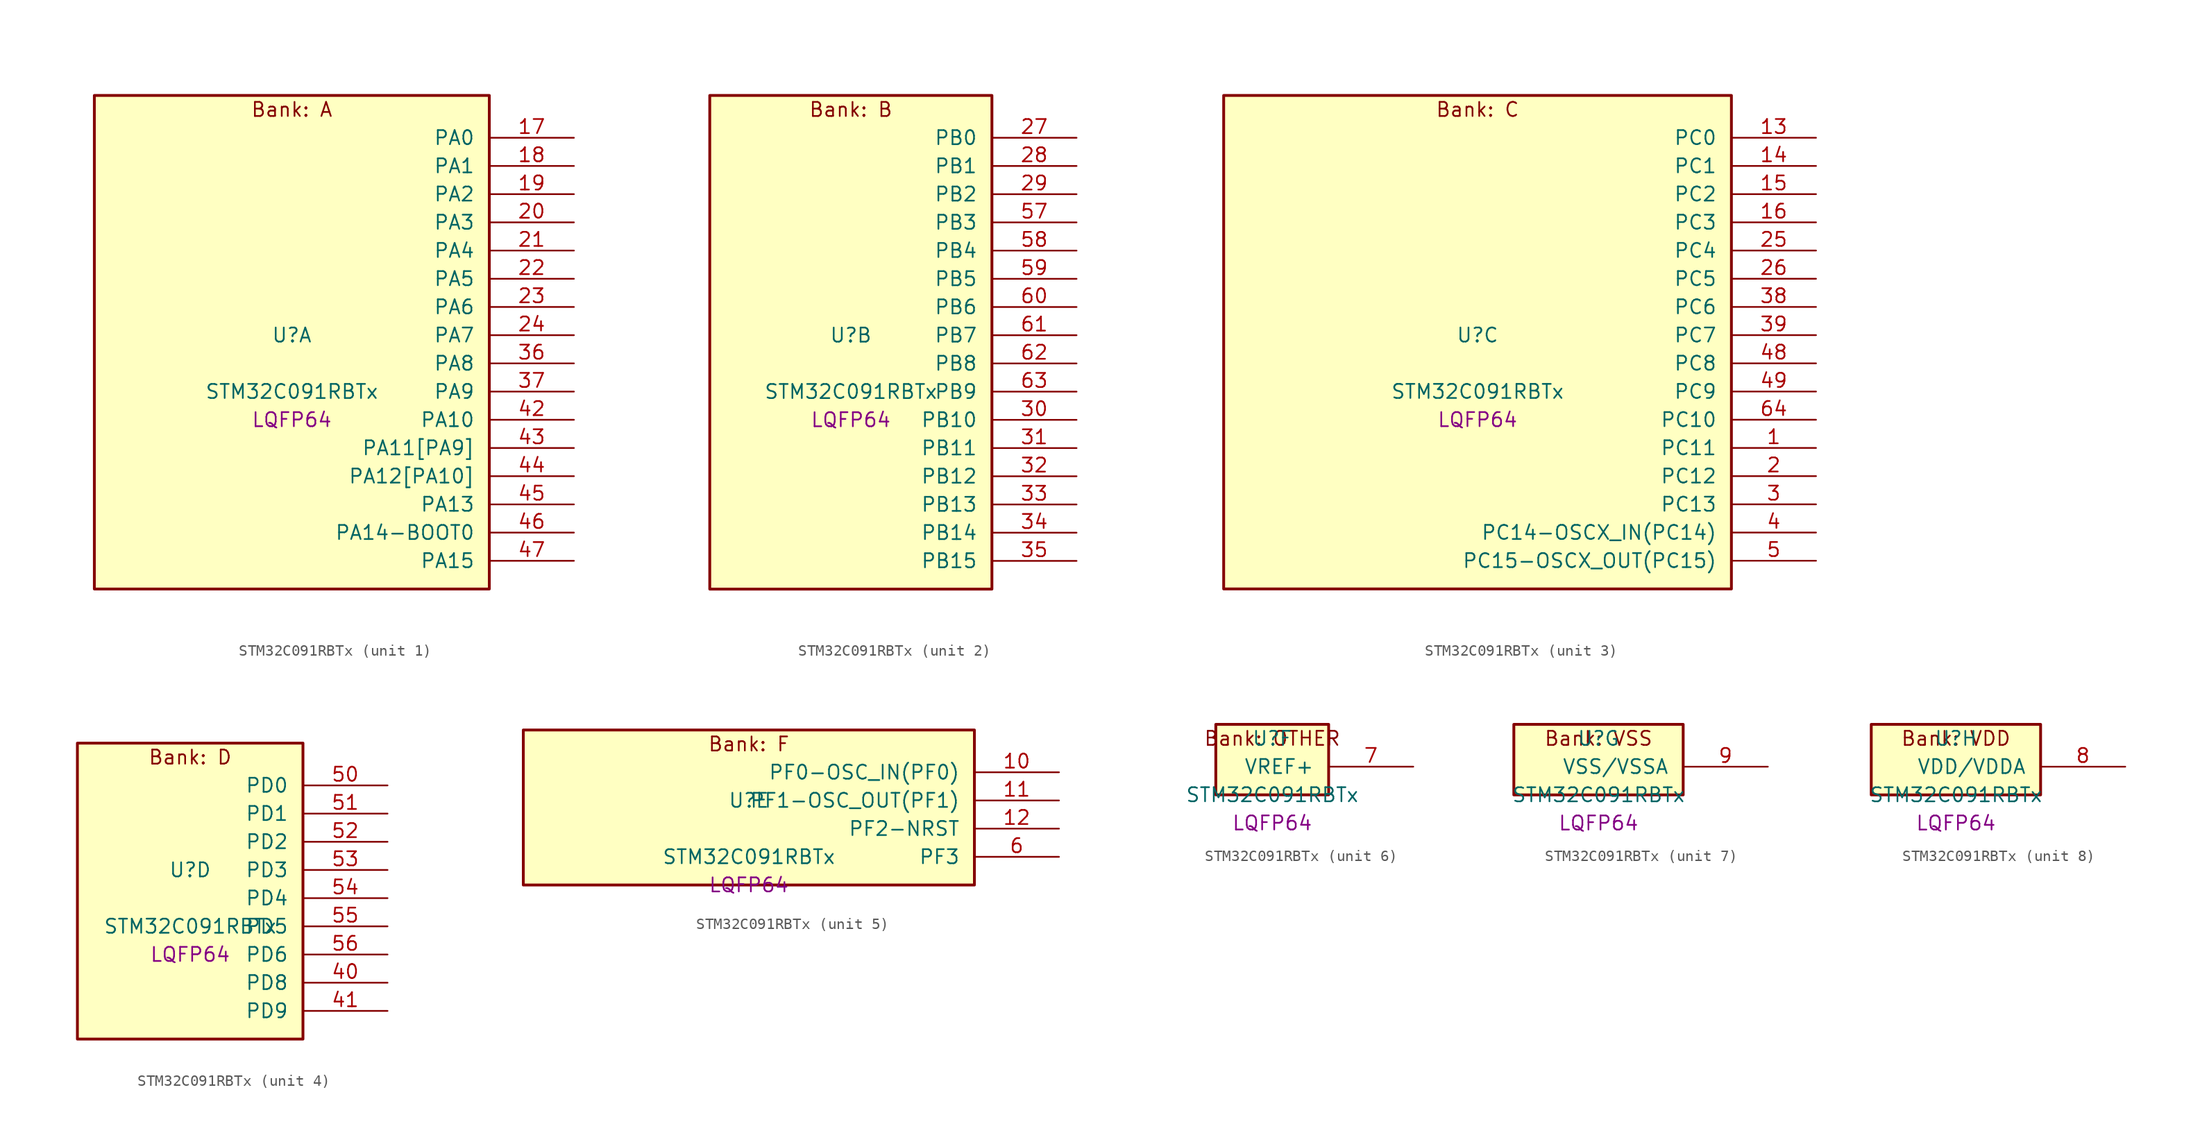
<source format=kicad_sym>
(kicad_symbol_lib
  (version 20241209)
  (generator "stm32_pkl_generator")
  (generator_version "1.0")
  (symbol "STM32C091RBTx"
    (pin_names
      (offset 1.27))
    (property "Reference" "U"
      (at 0 2.54 0))
    (property "Value" "STM32C091RBTx"
      (at 0 -2.54 0))
    (property "Footprint" "LQFP64"
      (at 0 -5.08 0))
    (symbol "STM32C091RBTx_1_1"
      (rectangle (start -17.78 24.13) (end 17.78 -20.32) (stroke (width 0.254) (type solid)) (fill (type background)))
      (text "Bank: A" (at 0 22.86 0))
      (pin bidirectional line (at 25.4 20.32 180) (length 7.62) (name "PA0") (number "17") (alternate "PA0/ADC1_IN0" bidirectional line) (alternate "PA0/PWR_WKUP1" bidirectional line) (alternate "PA0/SPI2_SCK" bidirectional line) (alternate "PA0/TIM16_CH1" bidirectional line) (alternate "PA0/TIM1_CH1" bidirectional line) (alternate "PA0/TIM2_CH1" bidirectional line) (alternate "PA0/TIM2_ETR" bidirectional line) (alternate "PA0/USART1_TX" bidirectional line) (alternate "PA0/USART2_CTS" bidirectional line) (alternate "PA0/USART2_NSS" bidirectional line) (alternate "PA0/USART4_TX" bidirectional line))
      (pin bidirectional line (at 25.4 17.78 180) (length 7.62) (name "PA1") (number "18") (alternate "PA1/ADC1_IN1" bidirectional line) (alternate "PA1/I2C1_SMBA" bidirectional line) (alternate "PA1/I2S1_CK" bidirectional line) (alternate "PA1/SPI1_SCK" bidirectional line) (alternate "PA1/TIM15_CH1N" bidirectional line) (alternate "PA1/TIM17_CH1" bidirectional line) (alternate "PA1/TIM1_CH2" bidirectional line) (alternate "PA1/TIM2_CH2" bidirectional line) (alternate "PA1/USART1_RX" bidirectional line) (alternate "PA1/USART2_CK" bidirectional line) (alternate "PA1/USART2_DE" bidirectional line) (alternate "PA1/USART2_RTS" bidirectional line) (alternate "PA1/USART4_RX" bidirectional line))
      (pin bidirectional line (at 25.4 15.24 180) (length 7.62) (name "PA2") (number "19") (alternate "PA2/ADC1_IN2" bidirectional line) (alternate "PA2/I2S1_SD" bidirectional line) (alternate "PA2/PWR_WKUP4" bidirectional line) (alternate "PA2/RCC_LSCO" bidirectional line) (alternate "PA2/SPI1_MOSI" bidirectional line) (alternate "PA2/TIM15_CH1" bidirectional line) (alternate "PA2/TIM16_CH1N" bidirectional line) (alternate "PA2/TIM1_CH3" bidirectional line) (alternate "PA2/TIM2_CH3" bidirectional line) (alternate "PA2/TIM3_ETR" bidirectional line) (alternate "PA2/USART2_TX" bidirectional line))
      (pin bidirectional line (at 25.4 12.7 180) (length 7.62) (name "PA3") (number "20") (alternate "PA3/ADC1_IN3" bidirectional line) (alternate "PA3/SPI2_MISO" bidirectional line) (alternate "PA3/TIM15_CH2" bidirectional line) (alternate "PA3/TIM1_CH1N" bidirectional line) (alternate "PA3/TIM1_CH4" bidirectional line) (alternate "PA3/TIM2_CH4" bidirectional line) (alternate "PA3/USART2_RX" bidirectional line))
      (pin bidirectional line (at 25.4 10.16 180) (length 7.62) (name "PA4") (number "21") (alternate "PA4/ADC1_IN4" bidirectional line) (alternate "PA4/I2S1_WS" bidirectional line) (alternate "PA4/RTC_OUT2" bidirectional line) (alternate "PA4/SPI1_NSS" bidirectional line) (alternate "PA4/SPI2_MOSI" bidirectional line) (alternate "PA4/TIM14_CH1" bidirectional line) (alternate "PA4/TIM17_CH1N" bidirectional line) (alternate "PA4/TIM1_CH2N" bidirectional line) (alternate "PA4/USART2_TX" bidirectional line))
      (pin bidirectional line (at 25.4 7.62 180) (length 7.62) (name "PA5") (number "22") (alternate "PA5/ADC1_IN5" bidirectional line) (alternate "PA5/I2S1_CK" bidirectional line) (alternate "PA5/SPI1_SCK" bidirectional line) (alternate "PA5/TIM1_CH1" bidirectional line) (alternate "PA5/TIM1_CH3N" bidirectional line) (alternate "PA5/TIM2_CH1" bidirectional line) (alternate "PA5/TIM2_ETR" bidirectional line) (alternate "PA5/USART2_RX" bidirectional line) (alternate "PA5/USART3_TX" bidirectional line))
      (pin bidirectional line (at 25.4 5.08 180) (length 7.62) (name "PA6") (number "23") (alternate "PA6/ADC1_IN6" bidirectional line) (alternate "PA6/I2C2_SDA" bidirectional line) (alternate "PA6/I2S1_MCK" bidirectional line) (alternate "PA6/SPI1_MISO" bidirectional line) (alternate "PA6/TIM16_CH1" bidirectional line) (alternate "PA6/TIM1_BKIN" bidirectional line) (alternate "PA6/TIM3_CH1" bidirectional line) (alternate "PA6/USART3_CTS" bidirectional line) (alternate "PA6/USART3_NSS" bidirectional line))
      (pin bidirectional line (at 25.4 2.54 180) (length 7.62) (name "PA7") (number "24") (alternate "PA7/ADC1_IN7" bidirectional line) (alternate "PA7/I2C2_SCL" bidirectional line) (alternate "PA7/I2S1_SD" bidirectional line) (alternate "PA7/SPI1_MOSI" bidirectional line) (alternate "PA7/TIM14_CH1" bidirectional line) (alternate "PA7/TIM17_CH1" bidirectional line) (alternate "PA7/TIM1_CH1N" bidirectional line) (alternate "PA7/TIM3_CH2" bidirectional line))
      (pin bidirectional line (at 25.4 0 180) (length 7.62) (name "PA8") (number "36") (alternate "PA8/ADC1_IN8" bidirectional line) (alternate "PA8/I2S1_WS" bidirectional line) (alternate "PA8/RCC_MCO" bidirectional line) (alternate "PA8/RCC_MCO_2" bidirectional line) (alternate "PA8/SPI1_NSS" bidirectional line) (alternate "PA8/SPI2_MISO" bidirectional line) (alternate "PA8/SPI2_NSS" bidirectional line) (alternate "PA8/TIM14_CH1" bidirectional line) (alternate "PA8/TIM1_CH1" bidirectional line) (alternate "PA8/TIM1_CH2N" bidirectional line) (alternate "PA8/TIM1_CH3N" bidirectional line) (alternate "PA8/TIM3_CH3" bidirectional line) (alternate "PA8/TIM3_CH4" bidirectional line) (alternate "PA8/USART1_RX" bidirectional line) (alternate "PA8/USART2_TX" bidirectional line))
      (pin bidirectional line (at 25.4 -2.54 180) (length 7.62) (name "PA9") (number "37") (alternate "PA9/I2C1_SCL" bidirectional line) (alternate "PA9/I2C2_SCL" bidirectional line) (alternate "PA9/RCC_MCO" bidirectional line) (alternate "PA9/SPI2_MISO" bidirectional line) (alternate "PA9/TIM15_BKIN" bidirectional line) (alternate "PA9/TIM1_CH2" bidirectional line) (alternate "PA9/TIM3_ETR" bidirectional line) (alternate "PA9/USART1_TX" bidirectional line) (alternate "PA9/NC" bidirectional line))
      (pin bidirectional line (at 25.4 -5.08 180) (length 7.62) (name "PA10") (number "42") (alternate "PA10/I2C1_SDA" bidirectional line) (alternate "PA10/I2C2_SDA" bidirectional line) (alternate "PA10/RCC_MCO_2" bidirectional line) (alternate "PA10/SPI2_MOSI" bidirectional line) (alternate "PA10/TIM17_BKIN" bidirectional line) (alternate "PA10/TIM1_CH3" bidirectional line) (alternate "PA10/USART1_RX" bidirectional line) (alternate "PA10/NC" bidirectional line))
      (pin bidirectional line (at 25.4 -7.62 180) (length 7.62) (name "PA11[PA9]") (number "43") (alternate "PA11[PA9]/ADC1_EXTI11" bidirectional line) (alternate "PA11[PA9]/I2C2_SCL" bidirectional line) (alternate "PA11[PA9]/I2S1_MCK" bidirectional line) (alternate "PA11[PA9]/SPI1_MISO" bidirectional line) (alternate "PA11[PA9]/TIM1_BKIN2" bidirectional line) (alternate "PA11[PA9]/TIM1_CH4" bidirectional line) (alternate "PA11[PA9]/USART1_CTS" bidirectional line) (alternate "PA11[PA9]/USART1_NSS" bidirectional line) (alternate "PA11[PA9]/PA9[PA11]" bidirectional line) (alternate "PA11[PA9]/I2C1_SCL" bidirectional line) (alternate "PA11[PA9]/RCC_MCO" bidirectional line) (alternate "PA11[PA9]/SPI2_MISO" bidirectional line) (alternate "PA11[PA9]/TIM15_BKIN" bidirectional line) (alternate "PA11[PA9]/TIM1_CH2" bidirectional line) (alternate "PA11[PA9]/TIM3_ETR" bidirectional line) (alternate "PA11[PA9]/USART1_TX" bidirectional line))
      (pin bidirectional line (at 25.4 -10.16 180) (length 7.62) (name "PA12[PA10]") (number "44") (alternate "PA12[PA10]/I2C2_SDA" bidirectional line) (alternate "PA12[PA10]/I2S1_SD" bidirectional line) (alternate "PA12[PA10]/I2S_CKIN" bidirectional line) (alternate "PA12[PA10]/SPI1_MOSI" bidirectional line) (alternate "PA12[PA10]/TIM1_ETR" bidirectional line) (alternate "PA12[PA10]/USART1_CK" bidirectional line) (alternate "PA12[PA10]/USART1_DE" bidirectional line) (alternate "PA12[PA10]/USART1_RTS" bidirectional line) (alternate "PA12[PA10]/PA10[PA12]" bidirectional line) (alternate "PA12[PA10]/I2C1_SDA" bidirectional line) (alternate "PA12[PA10]/RCC_MCO_2" bidirectional line) (alternate "PA12[PA10]/SPI2_MOSI" bidirectional line) (alternate "PA12[PA10]/TIM17_BKIN" bidirectional line) (alternate "PA12[PA10]/TIM1_CH3" bidirectional line) (alternate "PA12[PA10]/USART1_RX" bidirectional line))
      (pin bidirectional line (at 25.4 -12.7 180) (length 7.62) (name "PA13") (number "45") (alternate "PA13/ADC1_IN13" bidirectional line) (alternate "PA13/DEBUG_SWDIO" bidirectional line) (alternate "PA13/IR_OUT" bidirectional line) (alternate "PA13/TIM3_ETR" bidirectional line) (alternate "PA13/USART2_RX" bidirectional line))
      (pin bidirectional line (at 25.4 -15.24 180) (length 7.62) (name "PA14-BOOT0") (number "46") (alternate "PA14-BOOT0/ADC1_IN14" bidirectional line) (alternate "PA14-BOOT0/BOOT0" bidirectional line) (alternate "PA14-BOOT0/DEBUG_SWCLK" bidirectional line) (alternate "PA14-BOOT0/I2S1_WS" bidirectional line) (alternate "PA14-BOOT0/RCC_MCO_2" bidirectional line) (alternate "PA14-BOOT0/SPI1_NSS" bidirectional line) (alternate "PA14-BOOT0/TIM1_CH1" bidirectional line) (alternate "PA14-BOOT0/USART1_CK" bidirectional line) (alternate "PA14-BOOT0/USART1_DE" bidirectional line) (alternate "PA14-BOOT0/USART1_RTS" bidirectional line) (alternate "PA14-BOOT0/USART2_RX" bidirectional line) (alternate "PA14-BOOT0/USART2_TX" bidirectional line))
      (pin bidirectional line (at 25.4 -17.78 180) (length 7.62) (name "PA15") (number "47") (alternate "PA15/I2S1_WS" bidirectional line) (alternate "PA15/RCC_MCO_2" bidirectional line) (alternate "PA15/SPI1_NSS" bidirectional line) (alternate "PA15/TIM1_CH1" bidirectional line) (alternate "PA15/TIM2_CH1" bidirectional line) (alternate "PA15/TIM2_ETR" bidirectional line) (alternate "PA15/USART1_CK" bidirectional line) (alternate "PA15/USART1_DE" bidirectional line) (alternate "PA15/USART1_RTS" bidirectional line) (alternate "PA15/USART2_RX" bidirectional line) (alternate "PA15/USART3_CK" bidirectional line) (alternate "PA15/USART3_DE" bidirectional line) (alternate "PA15/USART3_RTS" bidirectional line) (alternate "PA15/USART4_CK" bidirectional line) (alternate "PA15/USART4_DE" bidirectional line) (alternate "PA15/USART4_RTS" bidirectional line)))
    (symbol "STM32C091RBTx_2_1"
      (rectangle (start -12.7 24.13) (end 12.7 -20.32) (stroke (width 0.254) (type solid)) (fill (type background)))
      (text "Bank: B" (at 0 22.86 0))
      (pin bidirectional line (at 20.32 20.32 180) (length 7.62) (name "PB0") (number "27") (alternate "PB0/ADC1_IN17" bidirectional line) (alternate "PB0/I2S1_WS" bidirectional line) (alternate "PB0/SPI1_NSS" bidirectional line) (alternate "PB0/TIM1_CH2N" bidirectional line) (alternate "PB0/TIM3_CH3" bidirectional line) (alternate "PB0/USART3_RX" bidirectional line))
      (pin bidirectional line (at 20.32 17.78 180) (length 7.62) (name "PB1") (number "28") (alternate "PB1/ADC1_IN18" bidirectional line) (alternate "PB1/TIM14_CH1" bidirectional line) (alternate "PB1/TIM1_CH2N" bidirectional line) (alternate "PB1/TIM1_CH3N" bidirectional line) (alternate "PB1/TIM3_CH4" bidirectional line) (alternate "PB1/USART3_CK" bidirectional line) (alternate "PB1/USART3_DE" bidirectional line) (alternate "PB1/USART3_RTS" bidirectional line))
      (pin bidirectional line (at 20.32 15.24 180) (length 7.62) (name "PB2") (number "29") (alternate "PB2/ADC1_IN19" bidirectional line) (alternate "PB2/RCC_MCO_2" bidirectional line) (alternate "PB2/SPI2_MISO" bidirectional line) (alternate "PB2/USART1_RX" bidirectional line) (alternate "PB2/USART3_TX" bidirectional line))
      (pin bidirectional line (at 20.32 12.7 180) (length 7.62) (name "PB3") (number "57") (alternate "PB3/I2C2_SCL" bidirectional line) (alternate "PB3/I2S1_CK" bidirectional line) (alternate "PB3/SPI1_SCK" bidirectional line) (alternate "PB3/TIM1_CH2" bidirectional line) (alternate "PB3/TIM2_CH2" bidirectional line) (alternate "PB3/TIM3_CH2" bidirectional line) (alternate "PB3/USART1_CK" bidirectional line) (alternate "PB3/USART1_DE" bidirectional line) (alternate "PB3/USART1_RTS" bidirectional line))
      (pin bidirectional line (at 20.32 10.16 180) (length 7.62) (name "PB4") (number "58") (alternate "PB4/I2C2_SDA" bidirectional line) (alternate "PB4/I2S1_MCK" bidirectional line) (alternate "PB4/SPI1_MISO" bidirectional line) (alternate "PB4/TIM17_BKIN" bidirectional line) (alternate "PB4/TIM3_CH1" bidirectional line) (alternate "PB4/USART1_CTS" bidirectional line) (alternate "PB4/USART1_NSS" bidirectional line))
      (pin bidirectional line (at 20.32 7.62 180) (length 7.62) (name "PB5") (number "59") (alternate "PB5/I2C1_SMBA" bidirectional line) (alternate "PB5/I2S1_SD" bidirectional line) (alternate "PB5/PWR_WKUP6" bidirectional line) (alternate "PB5/SPI1_MOSI" bidirectional line) (alternate "PB5/TIM16_BKIN" bidirectional line) (alternate "PB5/TIM3_CH2" bidirectional line) (alternate "PB5/TIM3_CH3" bidirectional line))
      (pin bidirectional line (at 20.32 5.08 180) (length 7.62) (name "PB6") (number "60") (alternate "PB6/I2C1_SCL" bidirectional line) (alternate "PB6/I2C1_SMBA" bidirectional line) (alternate "PB6/I2S1_CK" bidirectional line) (alternate "PB6/I2S1_MCK" bidirectional line) (alternate "PB6/I2S1_SD" bidirectional line) (alternate "PB6/PWR_WKUP3" bidirectional line) (alternate "PB6/SPI1_MISO" bidirectional line) (alternate "PB6/SPI1_MOSI" bidirectional line) (alternate "PB6/SPI1_SCK" bidirectional line) (alternate "PB6/SPI2_MISO" bidirectional line) (alternate "PB6/TIM16_BKIN" bidirectional line) (alternate "PB6/TIM16_CH1N" bidirectional line) (alternate "PB6/TIM1_CH2" bidirectional line) (alternate "PB6/TIM1_CH3" bidirectional line) (alternate "PB6/TIM3_CH1" bidirectional line) (alternate "PB6/TIM3_CH2" bidirectional line) (alternate "PB6/TIM3_CH3" bidirectional line) (alternate "PB6/USART1_CTS" bidirectional line) (alternate "PB6/USART1_NSS" bidirectional line) (alternate "PB6/USART1_TX" bidirectional line))
      (pin bidirectional line (at 20.32 2.54 180) (length 7.62) (name "PB7") (number "61") (alternate "PB7/I2C1_SCL" bidirectional line) (alternate "PB7/I2C1_SDA" bidirectional line) (alternate "PB7/SPI2_MOSI" bidirectional line) (alternate "PB7/TIM16_CH1" bidirectional line) (alternate "PB7/TIM17_CH1N" bidirectional line) (alternate "PB7/TIM1_CH4" bidirectional line) (alternate "PB7/TIM3_CH1" bidirectional line) (alternate "PB7/TIM3_CH4" bidirectional line) (alternate "PB7/USART1_RX" bidirectional line) (alternate "PB7/USART2_CTS" bidirectional line) (alternate "PB7/USART2_NSS" bidirectional line) (alternate "PB7/USART4_CTS" bidirectional line) (alternate "PB7/USART4_NSS" bidirectional line))
      (pin bidirectional line (at 20.32 0 180) (length 7.62) (name "PB8") (number "62") (alternate "PB8/I2C1_SCL" bidirectional line) (alternate "PB8/SPI2_SCK" bidirectional line) (alternate "PB8/TIM15_BKIN" bidirectional line) (alternate "PB8/TIM16_CH1" bidirectional line) (alternate "PB8/TIM3_CH1" bidirectional line) (alternate "PB8/USART2_CTS" bidirectional line) (alternate "PB8/USART2_NSS" bidirectional line) (alternate "PB8/USART3_TX" bidirectional line))
      (pin bidirectional line (at 20.32 -2.54 180) (length 7.62) (name "PB9") (number "63") (alternate "PB9/I2C1_SDA" bidirectional line) (alternate "PB9/IR_OUT" bidirectional line) (alternate "PB9/SPI2_NSS" bidirectional line) (alternate "PB9/TIM17_CH1" bidirectional line) (alternate "PB9/TIM3_CH2" bidirectional line) (alternate "PB9/USART2_CK" bidirectional line) (alternate "PB9/USART2_DE" bidirectional line) (alternate "PB9/USART2_RTS" bidirectional line) (alternate "PB9/USART3_RX" bidirectional line))
      (pin bidirectional line (at 20.32 -5.08 180) (length 7.62) (name "PB10") (number "30") (alternate "PB10/ADC1_IN20" bidirectional line) (alternate "PB10/I2C2_SCL" bidirectional line) (alternate "PB10/SPI2_SCK" bidirectional line) (alternate "PB10/TIM2_CH3" bidirectional line) (alternate "PB10/USART3_TX" bidirectional line))
      (pin bidirectional line (at 20.32 -7.62 180) (length 7.62) (name "PB11") (number "31") (alternate "PB11/ADC1_EXTI11" bidirectional line) (alternate "PB11/ADC1_IN21" bidirectional line) (alternate "PB11/I2C2_SDA" bidirectional line) (alternate "PB11/SPI2_MOSI" bidirectional line) (alternate "PB11/TIM2_CH4" bidirectional line) (alternate "PB11/USART3_RX" bidirectional line))
      (pin bidirectional line (at 20.32 -10.16 180) (length 7.62) (name "PB12") (number "32") (alternate "PB12/ADC1_IN22" bidirectional line) (alternate "PB12/SPI2_NSS" bidirectional line) (alternate "PB12/TIM15_BKIN" bidirectional line) (alternate "PB12/TIM1_BKIN" bidirectional line) (alternate "PB12/TIM1_BKIN2" bidirectional line))
      (pin bidirectional line (at 20.32 -12.7 180) (length 7.62) (name "PB13") (number "33") (alternate "PB13/I2C2_SCL" bidirectional line) (alternate "PB13/SPI2_SCK" bidirectional line) (alternate "PB13/TIM15_CH1N" bidirectional line) (alternate "PB13/TIM1_CH1N" bidirectional line) (alternate "PB13/USART3_CTS" bidirectional line) (alternate "PB13/USART3_NSS" bidirectional line))
      (pin bidirectional line (at 20.32 -15.24 180) (length 7.62) (name "PB14") (number "34") (alternate "PB14/I2C2_SDA" bidirectional line) (alternate "PB14/SPI2_MISO" bidirectional line) (alternate "PB14/TIM15_CH1" bidirectional line) (alternate "PB14/TIM1_CH2N" bidirectional line) (alternate "PB14/USART3_CK" bidirectional line) (alternate "PB14/USART3_DE" bidirectional line) (alternate "PB14/USART3_RTS" bidirectional line))
      (pin bidirectional line (at 20.32 -17.78 180) (length 7.62) (name "PB15") (number "35") (alternate "PB15/RTC_REFIN" bidirectional line) (alternate "PB15/SPI2_MOSI" bidirectional line) (alternate "PB15/TIM15_CH1N" bidirectional line) (alternate "PB15/TIM15_CH2" bidirectional line) (alternate "PB15/TIM1_CH3N" bidirectional line)))
    (symbol "STM32C091RBTx_3_1"
      (rectangle (start -22.86 24.13) (end 22.86 -20.32) (stroke (width 0.254) (type solid)) (fill (type background)))
      (text "Bank: C" (at 0 22.86 0))
      (pin bidirectional line (at 30.48 20.32 180) (length 7.62) (name "PC0") (number "13") (alternate "PC0/USART3_TX" bidirectional line) (alternate "PC0/USART4_RX" bidirectional line))
      (pin bidirectional line (at 30.48 17.78 180) (length 7.62) (name "PC1") (number "14") (alternate "PC1/TIM15_CH1" bidirectional line) (alternate "PC1/USART3_RX" bidirectional line) (alternate "PC1/USART4_TX" bidirectional line))
      (pin bidirectional line (at 30.48 15.24 180) (length 7.62) (name "PC2") (number "15") (alternate "PC2/SPI2_MISO" bidirectional line) (alternate "PC2/TIM15_CH2" bidirectional line))
      (pin bidirectional line (at 30.48 12.7 180) (length 7.62) (name "PC3") (number "16") (alternate "PC3/SPI2_MOSI" bidirectional line))
      (pin bidirectional line (at 30.48 10.16 180) (length 7.62) (name "PC4") (number "25") (alternate "PC4/ADC1_IN11" bidirectional line) (alternate "PC4/TIM2_CH1" bidirectional line) (alternate "PC4/TIM2_ETR" bidirectional line) (alternate "PC4/USART1_TX" bidirectional line) (alternate "PC4/USART3_TX" bidirectional line))
      (pin bidirectional line (at 30.48 7.62 180) (length 7.62) (name "PC5") (number "26") (alternate "PC5/ADC1_IN12" bidirectional line) (alternate "PC5/PWR_WKUP5" bidirectional line) (alternate "PC5/TIM2_CH2" bidirectional line) (alternate "PC5/USART1_RX" bidirectional line) (alternate "PC5/USART3_RX" bidirectional line))
      (pin bidirectional line (at 30.48 5.08 180) (length 7.62) (name "PC6") (number "38") (alternate "PC6/TIM2_CH3" bidirectional line) (alternate "PC6/TIM3_CH1" bidirectional line))
      (pin bidirectional line (at 30.48 2.54 180) (length 7.62) (name "PC7") (number "39") (alternate "PC7/TIM2_CH4" bidirectional line) (alternate "PC7/TIM3_CH2" bidirectional line))
      (pin bidirectional line (at 30.48 0 180) (length 7.62) (name "PC8") (number "48") (alternate "PC8/TIM1_CH1" bidirectional line) (alternate "PC8/TIM3_CH3" bidirectional line))
      (pin bidirectional line (at 30.48 -2.54 180) (length 7.62) (name "PC9") (number "49") (alternate "PC9/I2S_CKIN" bidirectional line) (alternate "PC9/TIM1_CH2" bidirectional line) (alternate "PC9/TIM3_CH4" bidirectional line))
      (pin bidirectional line (at 30.48 -5.08 180) (length 7.62) (name "PC10") (number "64") (alternate "PC10/TIM1_CH3" bidirectional line) (alternate "PC10/USART3_TX" bidirectional line) (alternate "PC10/USART4_TX" bidirectional line))
      (pin bidirectional line (at 30.48 -7.62 180) (length 7.62) (name "PC11") (number "1") (alternate "PC11/ADC1_EXTI11" bidirectional line) (alternate "PC11/TIM1_CH4" bidirectional line) (alternate "PC11/USART3_RX" bidirectional line) (alternate "PC11/USART4_RX" bidirectional line))
      (pin bidirectional line (at 30.48 -10.16 180) (length 7.62) (name "PC12") (number "2") (alternate "PC12/TIM14_CH1" bidirectional line))
      (pin bidirectional line (at 30.48 -12.7 180) (length 7.62) (name "PC13") (number "3") (alternate "PC13/PWR_WKUP2" bidirectional line) (alternate "PC13/RTC_OUT1" bidirectional line) (alternate "PC13/RTC_TS" bidirectional line) (alternate "PC13/TIM1_BKIN" bidirectional line) (alternate "PC13/TIM1_ETR" bidirectional line))
      (pin bidirectional line (at 30.48 -15.24 180) (length 7.62) (name "PC14-OSCX_IN(PC14)") (number "4") (alternate "PC14-OSCX_IN(PC14)/I2C1_SDA" bidirectional line) (alternate "PC14-OSCX_IN(PC14)/IR_OUT" bidirectional line) (alternate "PC14-OSCX_IN(PC14)/RCC_OSCX_IN" bidirectional line) (alternate "PC14-OSCX_IN(PC14)/SPI2_NSS" bidirectional line) (alternate "PC14-OSCX_IN(PC14)/TIM17_CH1" bidirectional line) (alternate "PC14-OSCX_IN(PC14)/TIM1_BKIN2" bidirectional line) (alternate "PC14-OSCX_IN(PC14)/TIM1_ETR" bidirectional line) (alternate "PC14-OSCX_IN(PC14)/TIM3_CH2" bidirectional line) (alternate "PC14-OSCX_IN(PC14)/USART1_TX" bidirectional line) (alternate "PC14-OSCX_IN(PC14)/USART2_CK" bidirectional line) (alternate "PC14-OSCX_IN(PC14)/USART2_DE" bidirectional line) (alternate "PC14-OSCX_IN(PC14)/USART2_RTS" bidirectional line) (alternate "PC14-OSCX_IN(PC14)/USART3_TX" bidirectional line))
      (pin bidirectional line (at 30.48 -17.78 180) (length 7.62) (name "PC15-OSCX_OUT(PC15)") (number "5") (alternate "PC15-OSCX_OUT(PC15)/RCC_OSC32_EN" bidirectional line) (alternate "PC15-OSCX_OUT(PC15)/RCC_OSCX_OUT" bidirectional line) (alternate "PC15-OSCX_OUT(PC15)/RCC_OSC_EN" bidirectional line) (alternate "PC15-OSCX_OUT(PC15)/TIM15_BKIN" bidirectional line) (alternate "PC15-OSCX_OUT(PC15)/TIM1_ETR" bidirectional line) (alternate "PC15-OSCX_OUT(PC15)/TIM3_CH3" bidirectional line)))
    (symbol "STM32C091RBTx_4_1"
      (rectangle (start -10.16 13.97) (end 10.16 -12.7) (stroke (width 0.254) (type solid)) (fill (type background)))
      (text "Bank: D" (at 0 12.7 0))
      (pin bidirectional line (at 17.78 10.16 180) (length 7.62) (name "PD0") (number "50") (alternate "PD0/SPI2_NSS" bidirectional line) (alternate "PD0/TIM16_CH1" bidirectional line))
      (pin bidirectional line (at 17.78 7.62 180) (length 7.62) (name "PD1") (number "51") (alternate "PD1/SPI2_SCK" bidirectional line) (alternate "PD1/TIM17_CH1" bidirectional line))
      (pin bidirectional line (at 17.78 5.08 180) (length 7.62) (name "PD2") (number "52") (alternate "PD2/TIM1_CH1N" bidirectional line) (alternate "PD2/TIM3_ETR" bidirectional line) (alternate "PD2/USART3_CK" bidirectional line) (alternate "PD2/USART3_DE" bidirectional line) (alternate "PD2/USART3_RTS" bidirectional line))
      (pin bidirectional line (at 17.78 2.54 180) (length 7.62) (name "PD3") (number "53") (alternate "PD3/SPI2_MISO" bidirectional line) (alternate "PD3/TIM1_CH2N" bidirectional line) (alternate "PD3/USART2_CTS" bidirectional line) (alternate "PD3/USART2_NSS" bidirectional line))
      (pin bidirectional line (at 17.78 0 180) (length 7.62) (name "PD4") (number "54") (alternate "PD4/SPI2_MOSI" bidirectional line) (alternate "PD4/TIM1_CH3N" bidirectional line) (alternate "PD4/USART2_CK" bidirectional line) (alternate "PD4/USART2_DE" bidirectional line) (alternate "PD4/USART2_RTS" bidirectional line))
      (pin bidirectional line (at 17.78 -2.54 180) (length 7.62) (name "PD5") (number "55") (alternate "PD5/I2S1_MCK" bidirectional line) (alternate "PD5/SPI1_MISO" bidirectional line) (alternate "PD5/TIM1_BKIN" bidirectional line) (alternate "PD5/USART2_TX" bidirectional line))
      (pin bidirectional line (at 17.78 -5.08 180) (length 7.62) (name "PD6") (number "56") (alternate "PD6/I2S1_SD" bidirectional line) (alternate "PD6/SPI1_MOSI" bidirectional line) (alternate "PD6/USART2_RX" bidirectional line))
      (pin bidirectional line (at 17.78 -7.62 180) (length 7.62) (name "PD8") (number "40") (alternate "PD8/I2S1_CK" bidirectional line) (alternate "PD8/SPI1_SCK" bidirectional line) (alternate "PD8/USART3_TX" bidirectional line))
      (pin bidirectional line (at 17.78 -10.16 180) (length 7.62) (name "PD9") (number "41") (alternate "PD9/I2S1_WS" bidirectional line) (alternate "PD9/SPI1_NSS" bidirectional line) (alternate "PD9/TIM1_BKIN2" bidirectional line) (alternate "PD9/USART3_RX" bidirectional line)))
    (symbol "STM32C091RBTx_5_1"
      (rectangle (start -20.32 8.89) (end 20.32 -5.08) (stroke (width 0.254) (type solid)) (fill (type background)))
      (text "Bank: F" (at 0 7.62 0))
      (pin bidirectional line (at 27.94 5.08 180) (length 7.62) (name "PF0-OSC_IN(PF0)") (number "10") (alternate "PF0-OSC_IN(PF0)/RCC_OSC_IN" bidirectional line) (alternate "PF0-OSC_IN(PF0)/TIM14_CH1" bidirectional line))
      (pin bidirectional line (at 27.94 2.54 180) (length 7.62) (name "PF1-OSC_OUT(PF1)") (number "11") (alternate "PF1-OSC_OUT(PF1)/RCC_OSC_EN" bidirectional line) (alternate "PF1-OSC_OUT(PF1)/RCC_OSC_OUT" bidirectional line) (alternate "PF1-OSC_OUT(PF1)/TIM15_CH1N" bidirectional line))
      (pin bidirectional line (at 27.94 0 180) (length 7.62) (name "PF2-NRST") (number "12") (alternate "PF2-NRST/RCC_MCO" bidirectional line) (alternate "PF2-NRST/TIM1_CH4" bidirectional line))
      (pin bidirectional line (at 27.94 -2.54 180) (length 7.62) (name "PF3") (number "6")))
    (symbol "STM32C091RBTx_6_1"
      (rectangle (start -5.08 3.81) (end 5.08 -2.54) (stroke (width 0.254) (type solid)) (fill (type background)))
      (text "Bank: OTHER" (at 0 2.54 0))
      (pin bidirectional line (at 12.7 0 180) (length 7.62) (name "VREF+") (number "7")))
    (symbol "STM32C091RBTx_7_1"
      (rectangle (start -7.62 3.81) (end 7.62 -2.54) (stroke (width 0.254) (type solid)) (fill (type background)))
      (text "Bank: VSS" (at 0 2.54 0))
      (pin power_in line (at 15.24 0 180) (length 7.62) (name "VSS/VSSA") (number "9")))
    (symbol "STM32C091RBTx_8_1"
      (rectangle (start -7.62 3.81) (end 7.62 -2.54) (stroke (width 0.254) (type solid)) (fill (type background)))
      (text "Bank: VDD" (at 0 2.54 0))
      (pin power_in line (at 15.24 0 180) (length 7.62) (name "VDD/VDDA") (number "8")))))
</source>
